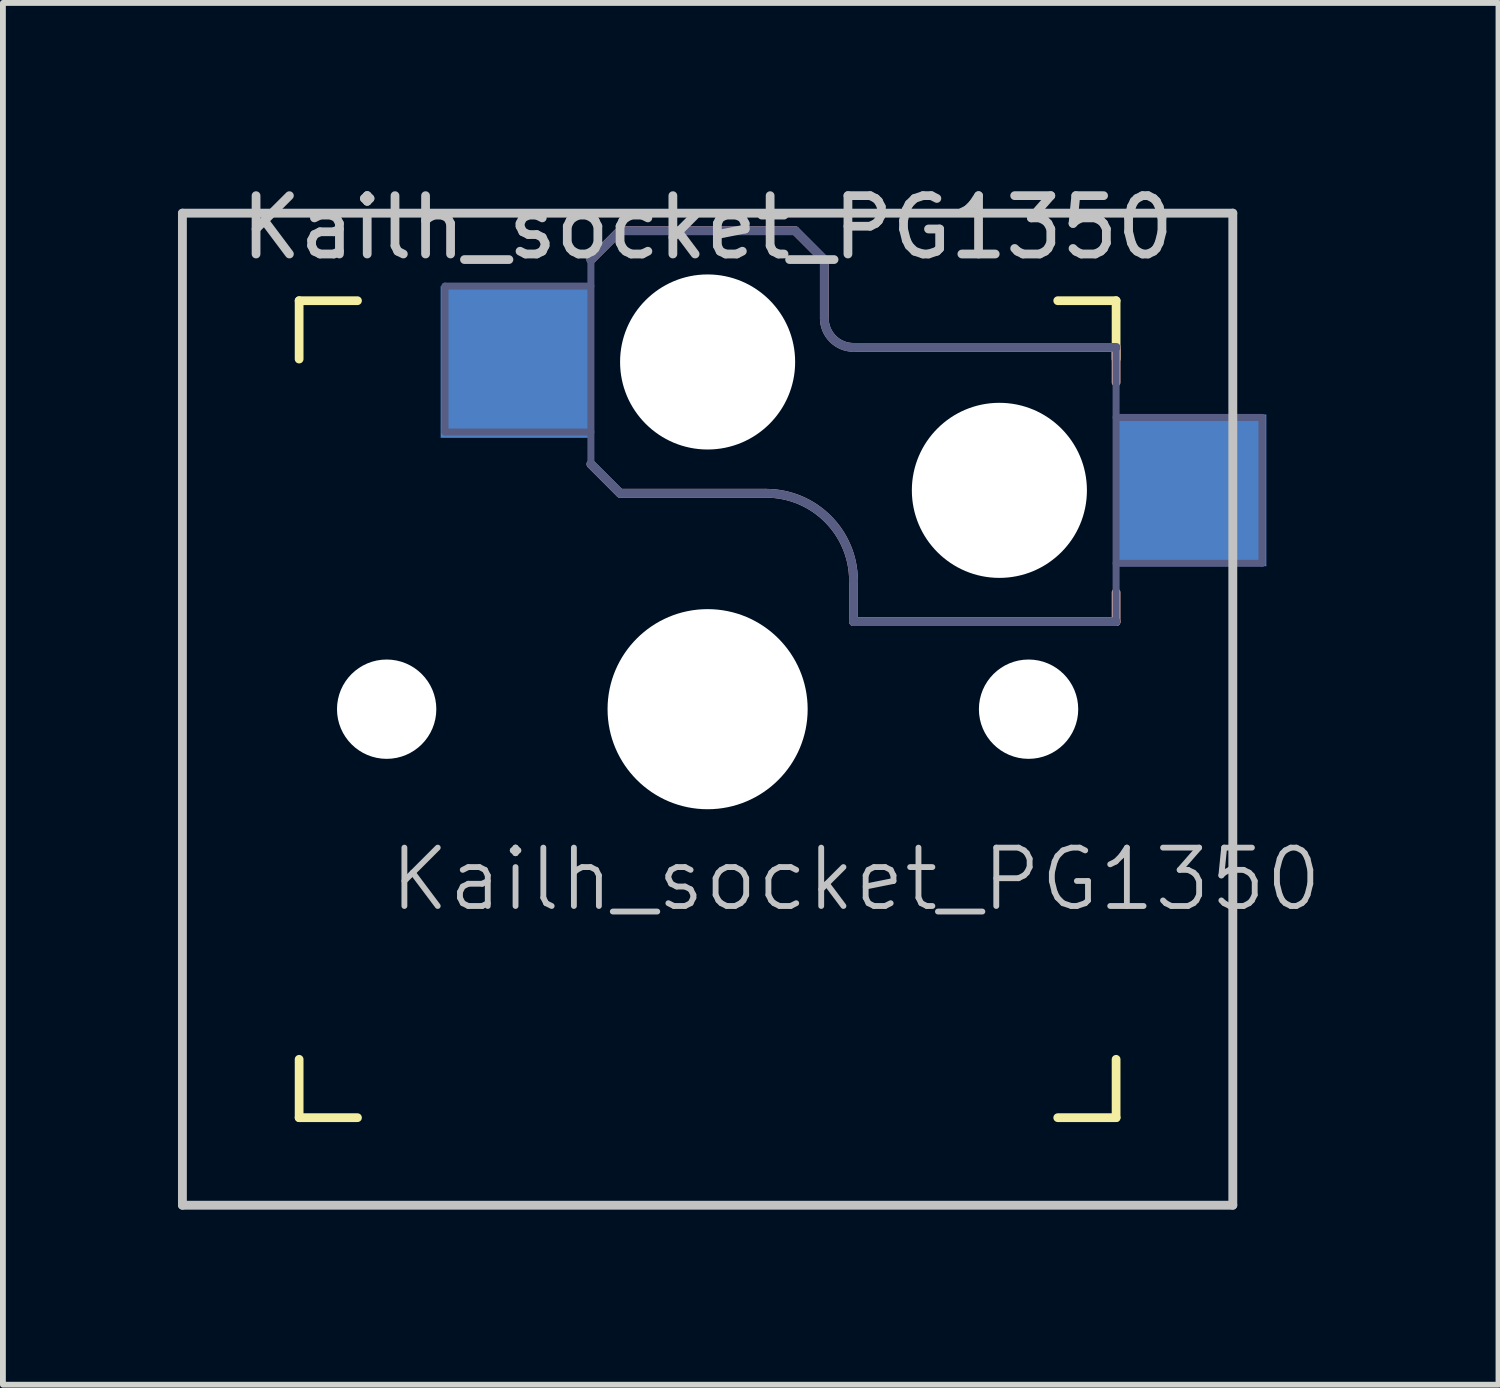
<source format=kicad_pcb>
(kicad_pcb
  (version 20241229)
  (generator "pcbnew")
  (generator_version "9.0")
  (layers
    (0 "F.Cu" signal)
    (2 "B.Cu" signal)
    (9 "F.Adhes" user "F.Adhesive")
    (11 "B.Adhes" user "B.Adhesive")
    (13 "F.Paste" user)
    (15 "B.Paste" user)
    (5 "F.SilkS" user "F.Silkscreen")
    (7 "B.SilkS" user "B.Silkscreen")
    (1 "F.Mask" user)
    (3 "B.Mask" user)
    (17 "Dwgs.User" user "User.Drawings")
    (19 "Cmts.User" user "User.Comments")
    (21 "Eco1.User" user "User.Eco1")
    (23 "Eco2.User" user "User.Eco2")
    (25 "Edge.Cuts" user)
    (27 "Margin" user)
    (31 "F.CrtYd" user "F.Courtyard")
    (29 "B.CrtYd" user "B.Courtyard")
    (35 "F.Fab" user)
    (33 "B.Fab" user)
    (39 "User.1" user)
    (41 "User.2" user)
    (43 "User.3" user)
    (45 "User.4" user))
  (footprint "Kailh_socket_PG1350"
    (layer "F.Cu")
    (at 9.076 9.103)
    (property "Reference" "Kailh_socket_PG1350" (at 0 -8.255 0) (layer "Dwgs.User") (effects (font (size 1 1) (thickness 0.15))))
    (attr through_hole)
    (fp_line (start -7 -6) (end -7 -7) (stroke (width 0.15) (type solid)) (layer "F.SilkS"))
    (fp_line (start -7 7) (end -7 6) (stroke (width 0.15) (type solid)) (layer "F.SilkS"))
    (fp_line (start -7 7) (end -6 7) (stroke (width 0.15) (type solid)) (layer "F.SilkS"))
    (fp_line (start -6 -7) (end -7 -7) (stroke (width 0.15) (type solid)) (layer "F.SilkS"))
    (fp_line (start 6 7) (end 7 7) (stroke (width 0.15) (type solid)) (layer "F.SilkS"))
    (fp_line (start 7 -7) (end 6 -7) (stroke (width 0.15) (type solid)) (layer "F.SilkS"))
    (fp_line (start 7 -7) (end 7 -6) (stroke (width 0.15) (type solid)) (layer "F.SilkS"))
    (fp_line (start 7 6) (end 7 7) (stroke (width 0.15) (type solid)) (layer "F.SilkS"))
    (fp_line (start -2 -7.7) (end -1.5 -8.2) (stroke (width 0.15) (type solid)) (layer "B.SilkS"))
    (fp_line (start -2 -4.2) (end -1.5 -3.7) (stroke (width 0.15) (type solid)) (layer "B.SilkS"))
    (fp_line (start -1.5 -8.2) (end 1.5 -8.2) (stroke (width 0.15) (type solid)) (layer "B.SilkS"))
    (fp_line (start -1.5 -3.7) (end 1 -3.7) (stroke (width 0.15) (type solid)) (layer "B.SilkS"))
    (fp_line (start 1.5 -8.2) (end 2 -7.7) (stroke (width 0.15) (type solid)) (layer "B.SilkS"))
    (fp_line (start 2 -6.7) (end 2 -7.7) (stroke (width 0.15) (type solid)) (layer "B.SilkS"))
    (fp_line (start 2.5 -2.2) (end 2.5 -1.5) (stroke (width 0.15) (type solid)) (layer "B.SilkS"))
    (fp_line (start 2.5 -1.5) (end 7 -1.5) (stroke (width 0.15) (type solid)) (layer "B.SilkS"))
    (fp_line (start 7 -6.2) (end 2.5 -6.2) (stroke (width 0.15) (type solid)) (layer "B.SilkS"))
    (fp_line (start 7 -5.6) (end 7 -6.2) (stroke (width 0.15) (type solid)) (layer "B.SilkS"))
    (fp_line (start 7 -1.5) (end 7 -2) (stroke (width 0.15) (type solid)) (layer "B.SilkS"))
    (fp_arc (start 1 -3.7) (mid 2.06066 -3.26066) (end 2.5 -2.2) (stroke (width 0.15) (type solid)) (layer "B.SilkS"))
    (fp_arc (start 2.500001 -6.2) (mid 2.146446 -6.346447) (end 2 -6.7) (stroke (width 0.15) (type solid)) (layer "B.SilkS"))
    (fp_line (start -9 -8.5) (end 9 -8.5) (stroke (width 0.152) (type solid)) (layer "Dwgs.User"))
    (fp_line (start -9 8.5) (end -9 -8.5) (stroke (width 0.152) (type solid)) (layer "Dwgs.User"))
    (fp_line (start 9 -8.5) (end 9 8.5) (stroke (width 0.152) (type solid)) (layer "Dwgs.User"))
    (fp_line (start 9 8.5) (end -9 8.5) (stroke (width 0.152) (type solid)) (layer "Dwgs.User"))
    (fp_line (start -6.9 6.9) (end -6.9 -6.9) (stroke (width 0.15) (type solid)) (layer "Eco2.User"))
    (fp_line (start -6.9 6.9) (end 6.9 6.9) (stroke (width 0.15) (type solid)) (layer "Eco2.User"))
    (fp_line (start -2.6 -3.1) (end -2.6 -6.3) (stroke (width 0.15) (type solid)) (layer "Eco2.User"))
    (fp_line (start -2.6 -3.1) (end 2.6 -3.1) (stroke (width 0.15) (type solid)) (layer "Eco2.User"))
    (fp_line (start 2.6 -6.3) (end -2.6 -6.3) (stroke (width 0.15) (type solid)) (layer "Eco2.User"))
    (fp_line (start 2.6 -3.1) (end 2.6 -6.3) (stroke (width 0.15) (type solid)) (layer "Eco2.User"))
    (fp_line (start 6.9 -6.9) (end -6.9 -6.9) (stroke (width 0.15) (type solid)) (layer "Eco2.User"))
    (fp_line (start 6.9 -6.9) (end 6.9 6.9) (stroke (width 0.15) (type solid)) (layer "Eco2.User"))
    (fp_line (start -4.5 -7.25) (end -2 -7.25) (stroke (width 0.12) (type solid)) (layer "B.Fab"))
    (fp_line (start -4.5 -4.75) (end -4.5 -7.25) (stroke (width 0.12) (type solid)) (layer "B.Fab"))
    (fp_line (start -2 -7.7) (end -1.5 -8.2) (stroke (width 0.15) (type solid)) (layer "B.Fab"))
    (fp_line (start -2 -4.75) (end -4.5 -4.75) (stroke (width 0.12) (type solid)) (layer "B.Fab"))
    (fp_line (start -2 -4.25) (end -2 -7.7) (stroke (width 0.12) (type solid)) (layer "B.Fab"))
    (fp_line (start -2 -4.2) (end -1.5 -3.7) (stroke (width 0.15) (type solid)) (layer "B.Fab"))
    (fp_line (start -1.5 -8.2) (end 1.5 -8.2) (stroke (width 0.15) (type solid)) (layer "B.Fab"))
    (fp_line (start -1.5 -3.7) (end 1 -3.7) (stroke (width 0.15) (type solid)) (layer "B.Fab"))
    (fp_line (start 1.5 -8.2) (end 2 -7.7) (stroke (width 0.15) (type solid)) (layer "B.Fab"))
    (fp_line (start 2 -6.7) (end 2 -7.7) (stroke (width 0.15) (type solid)) (layer "B.Fab"))
    (fp_line (start 2.5 -2.2) (end 2.5 -1.5) (stroke (width 0.15) (type solid)) (layer "B.Fab"))
    (fp_line (start 2.5 -1.5) (end 7 -1.5) (stroke (width 0.15) (type solid)) (layer "B.Fab"))
    (fp_line (start 7 -6.2) (end 2.5 -6.2) (stroke (width 0.15) (type solid)) (layer "B.Fab"))
    (fp_line (start 7 -5) (end 9.5 -5) (stroke (width 0.12) (type solid)) (layer "B.Fab"))
    (fp_line (start 7 -1.5) (end 7 -6.2) (stroke (width 0.12) (type solid)) (layer "B.Fab"))
    (fp_line (start 9.5 -5) (end 9.5 -2.5) (stroke (width 0.12) (type solid)) (layer "B.Fab"))
    (fp_line (start 9.5 -2.5) (end 7 -2.5) (stroke (width 0.12) (type solid)) (layer "B.Fab"))
    (fp_arc (start 1 -3.7) (mid 2.06066 -3.26066) (end 2.5 -2.2) (stroke (width 0.15) (type solid)) (layer "B.Fab"))
    (fp_arc (start 2.500001 -6.2) (mid 2.146446 -6.346447) (end 2 -6.7) (stroke (width 0.15) (type solid)) (layer "B.Fab"))
    (fp_text user "${REFERENCE}" (at -5.5 3.5 0) (unlocked yes) (layer "Dwgs.User") (effects (font (size 1 1) (thickness 0.1)) (justify left bottom)))
    (pad "" np_thru_hole circle (at -5.5 0) (size 1.702 1.702) (drill 1.702) (layers "*.Cu" "*.Mask"))
    (pad "" np_thru_hole circle (at 0 -5.95) (size 3 3) (drill 3) (layers "*.Cu" "*.Mask"))
    (pad "" np_thru_hole circle (at 0 0) (size 3.429 3.429) (drill 3.429) (layers "*.Cu" "*.Mask"))
    (pad "" np_thru_hole circle (at 5 -3.75) (size 3 3) (drill 3) (layers "*.Cu" "*.Mask"))
    (pad "" np_thru_hole circle (at 5.5 0) (size 1.702 1.702) (drill 1.702) (layers "*.Cu" "*.Mask"))
    (pad "1" smd rect (at -3.275 -5.95) (size 2.6 2.6) (layers "B.Cu" "B.Mask" "B.Paste"))
    (pad "2" smd rect (at 8.275 -3.75) (size 2.6 2.6) (layers "B.Cu" "B.Mask" "B.Paste")))
  (gr_rect
    (start -3 -3)
    (end 22.629 20.679)
    (stroke (width 0.1) (type default))
    (fill no)
    (layer "Edge.Cuts")))
</source>
